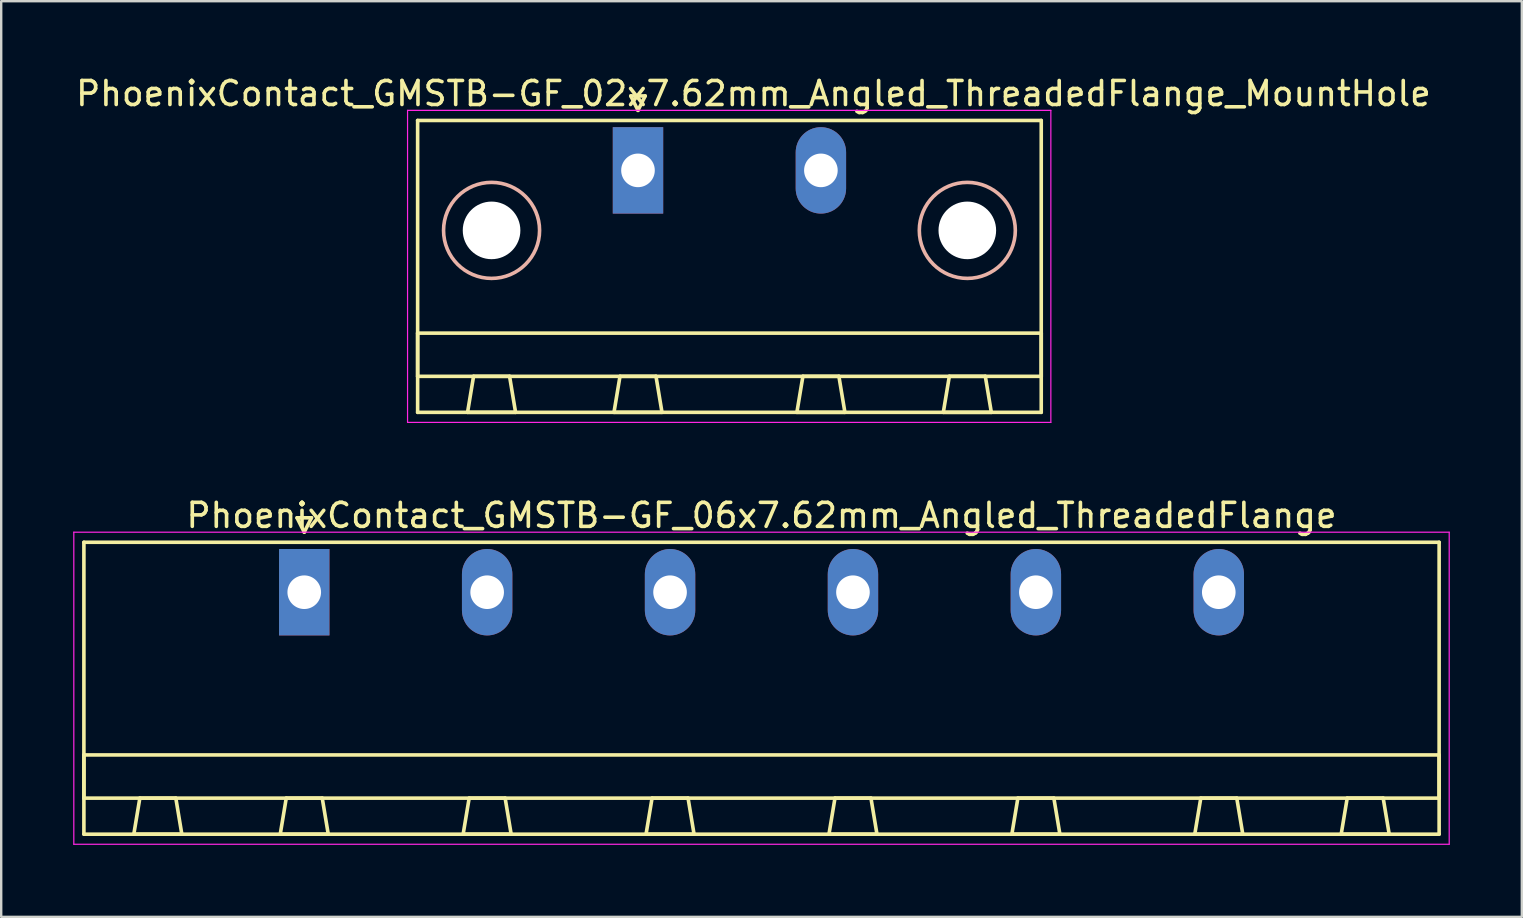
<source format=kicad_pcb>
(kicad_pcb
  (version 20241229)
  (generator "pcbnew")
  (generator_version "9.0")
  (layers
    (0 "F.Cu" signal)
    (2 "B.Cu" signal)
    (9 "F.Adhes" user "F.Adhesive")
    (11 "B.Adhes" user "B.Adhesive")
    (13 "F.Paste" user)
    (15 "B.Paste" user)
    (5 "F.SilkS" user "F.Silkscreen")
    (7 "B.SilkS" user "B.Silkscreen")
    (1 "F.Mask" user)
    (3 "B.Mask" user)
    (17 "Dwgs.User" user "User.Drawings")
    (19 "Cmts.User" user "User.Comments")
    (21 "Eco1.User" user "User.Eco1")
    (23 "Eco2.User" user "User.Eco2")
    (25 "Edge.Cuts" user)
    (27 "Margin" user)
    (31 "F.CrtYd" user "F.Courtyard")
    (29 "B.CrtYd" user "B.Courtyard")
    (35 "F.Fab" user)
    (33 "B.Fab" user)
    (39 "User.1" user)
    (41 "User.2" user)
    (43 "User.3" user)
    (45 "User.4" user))
  (footprint "PhoenixContact_GMSTB-GF_06x7.62mm_Angled_ThreadedFlange"
    (layer "F.Cu")
    (at 9.625 21.622)
    (property "Reference" "PhoenixContact_GMSTB-GF_06x7.62mm_Angled_ThreadedFlange" (at 19.05 -3.2 0) (layer "F.SilkS") (effects (font (size 1 1) (thickness 0.15))))
    (attr through_hole)
    (fp_line (start -9.18 -2.08) (end -9.18 10.08) (stroke (width 0.15) (type solid)) (layer "F.SilkS"))
    (fp_line (start -9.18 6.78) (end 47.28 6.78) (stroke (width 0.15) (type solid)) (layer "F.SilkS"))
    (fp_line (start -9.18 8.58) (end -9.18 6.78) (stroke (width 0.15) (type solid)) (layer "F.SilkS"))
    (fp_line (start -9.18 10.08) (end 47.28 10.08) (stroke (width 0.15) (type solid)) (layer "F.SilkS"))
    (fp_line (start -7.1 10.08) (end -5.1 10.08) (stroke (width 0.15) (type solid)) (layer "F.SilkS"))
    (fp_line (start -6.85 8.58) (end -7.1 10.08) (stroke (width 0.15) (type solid)) (layer "F.SilkS"))
    (fp_line (start -5.35 8.58) (end -6.85 8.58) (stroke (width 0.15) (type solid)) (layer "F.SilkS"))
    (fp_line (start -5.1 10.08) (end -5.35 8.58) (stroke (width 0.15) (type solid)) (layer "F.SilkS"))
    (fp_line (start -1 10.08) (end 1 10.08) (stroke (width 0.15) (type solid)) (layer "F.SilkS"))
    (fp_line (start -0.75 8.58) (end -1 10.08) (stroke (width 0.15) (type solid)) (layer "F.SilkS"))
    (fp_line (start -0.3 -3.1) (end 0 -2.5) (stroke (width 0.15) (type solid)) (layer "F.SilkS"))
    (fp_line (start 0 -2.5) (end 0.3 -3.1) (stroke (width 0.15) (type solid)) (layer "F.SilkS"))
    (fp_line (start 0.3 -3.1) (end -0.3 -3.1) (stroke (width 0.15) (type solid)) (layer "F.SilkS"))
    (fp_line (start 0.75 8.58) (end -0.75 8.58) (stroke (width 0.15) (type solid)) (layer "F.SilkS"))
    (fp_line (start 1 10.08) (end 0.75 8.58) (stroke (width 0.15) (type solid)) (layer "F.SilkS"))
    (fp_line (start 6.62 10.08) (end 8.62 10.08) (stroke (width 0.15) (type solid)) (layer "F.SilkS"))
    (fp_line (start 6.87 8.58) (end 6.62 10.08) (stroke (width 0.15) (type solid)) (layer "F.SilkS"))
    (fp_line (start 8.37 8.58) (end 6.87 8.58) (stroke (width 0.15) (type solid)) (layer "F.SilkS"))
    (fp_line (start 8.62 10.08) (end 8.37 8.58) (stroke (width 0.15) (type solid)) (layer "F.SilkS"))
    (fp_line (start 14.24 10.08) (end 16.24 10.08) (stroke (width 0.15) (type solid)) (layer "F.SilkS"))
    (fp_line (start 14.49 8.58) (end 14.24 10.08) (stroke (width 0.15) (type solid)) (layer "F.SilkS"))
    (fp_line (start 15.99 8.58) (end 14.49 8.58) (stroke (width 0.15) (type solid)) (layer "F.SilkS"))
    (fp_line (start 16.24 10.08) (end 15.99 8.58) (stroke (width 0.15) (type solid)) (layer "F.SilkS"))
    (fp_line (start 21.86 10.08) (end 23.86 10.08) (stroke (width 0.15) (type solid)) (layer "F.SilkS"))
    (fp_line (start 22.11 8.58) (end 21.86 10.08) (stroke (width 0.15) (type solid)) (layer "F.SilkS"))
    (fp_line (start 23.61 8.58) (end 22.11 8.58) (stroke (width 0.15) (type solid)) (layer "F.SilkS"))
    (fp_line (start 23.86 10.08) (end 23.61 8.58) (stroke (width 0.15) (type solid)) (layer "F.SilkS"))
    (fp_line (start 29.48 10.08) (end 31.48 10.08) (stroke (width 0.15) (type solid)) (layer "F.SilkS"))
    (fp_line (start 29.73 8.58) (end 29.48 10.08) (stroke (width 0.15) (type solid)) (layer "F.SilkS"))
    (fp_line (start 31.23 8.58) (end 29.73 8.58) (stroke (width 0.15) (type solid)) (layer "F.SilkS"))
    (fp_line (start 31.48 10.08) (end 31.23 8.58) (stroke (width 0.15) (type solid)) (layer "F.SilkS"))
    (fp_line (start 37.1 10.08) (end 39.1 10.08) (stroke (width 0.15) (type solid)) (layer "F.SilkS"))
    (fp_line (start 37.35 8.58) (end 37.1 10.08) (stroke (width 0.15) (type solid)) (layer "F.SilkS"))
    (fp_line (start 38.85 8.58) (end 37.35 8.58) (stroke (width 0.15) (type solid)) (layer "F.SilkS"))
    (fp_line (start 39.1 10.08) (end 38.85 8.58) (stroke (width 0.15) (type solid)) (layer "F.SilkS"))
    (fp_line (start 43.2 10.08) (end 45.2 10.08) (stroke (width 0.15) (type solid)) (layer "F.SilkS"))
    (fp_line (start 43.45 8.58) (end 43.2 10.08) (stroke (width 0.15) (type solid)) (layer "F.SilkS"))
    (fp_line (start 44.95 8.58) (end 43.45 8.58) (stroke (width 0.15) (type solid)) (layer "F.SilkS"))
    (fp_line (start 45.2 10.08) (end 44.95 8.58) (stroke (width 0.15) (type solid)) (layer "F.SilkS"))
    (fp_line (start 47.28 -2.08) (end -9.18 -2.08) (stroke (width 0.15) (type solid)) (layer "F.SilkS"))
    (fp_line (start 47.28 6.78) (end 47.28 8.58) (stroke (width 0.15) (type solid)) (layer "F.SilkS"))
    (fp_line (start 47.28 8.58) (end -9.18 8.58) (stroke (width 0.15) (type solid)) (layer "F.SilkS"))
    (fp_line (start 47.28 10.08) (end 47.28 -2.08) (stroke (width 0.15) (type solid)) (layer "F.SilkS"))
    (fp_line (start -9.6 -2.5) (end -9.6 10.5) (stroke (width 0.05) (type solid)) (layer "F.CrtYd"))
    (fp_line (start -9.6 10.5) (end 47.7 10.5) (stroke (width 0.05) (type solid)) (layer "F.CrtYd"))
    (fp_line (start 47.7 -2.5) (end -9.6 -2.5) (stroke (width 0.05) (type solid)) (layer "F.CrtYd"))
    (fp_line (start 47.7 10.5) (end 47.7 -2.5) (stroke (width 0.05) (type solid)) (layer "F.CrtYd"))
    (pad "1" thru_hole rect (at 0 0) (size 2.1 3.6) (drill 1.4) (layers "*.Cu" "*.Mask"))
    (pad "2" thru_hole oval (at 7.62 0) (size 2.1 3.6) (drill 1.4) (layers "*.Cu" "*.Mask"))
    (pad "3" thru_hole oval (at 15.24 0) (size 2.1 3.6) (drill 1.4) (layers "*.Cu" "*.Mask"))
    (pad "4" thru_hole oval (at 22.86 0) (size 2.1 3.6) (drill 1.4) (layers "*.Cu" "*.Mask"))
    (pad "5" thru_hole oval (at 30.48 0) (size 2.1 3.6) (drill 1.4) (layers "*.Cu" "*.Mask"))
    (pad "6" thru_hole oval (at 38.1 0) (size 2.1 3.6) (drill 1.4) (layers "*.Cu" "*.Mask")))
  (footprint "PhoenixContact_GMSTB-GF_02x7.62mm_Angled_ThreadedFlange_MountHole"
    (layer "F.Cu")
    (at 23.529 4.048)
    (property "Reference" "PhoenixContact_GMSTB-GF_02x7.62mm_Angled_ThreadedFlange_MountHole" (at 4.81 -3.2 0) (layer "F.SilkS") (effects (font (size 1 1) (thickness 0.15))))
    (attr through_hole)
    (fp_line (start -9.18 -2.08) (end -9.18 10.08) (stroke (width 0.15) (type solid)) (layer "F.SilkS"))
    (fp_line (start -9.18 6.78) (end 16.8 6.78) (stroke (width 0.15) (type solid)) (layer "F.SilkS"))
    (fp_line (start -9.18 8.58) (end -9.18 6.78) (stroke (width 0.15) (type solid)) (layer "F.SilkS"))
    (fp_line (start -9.18 10.08) (end 16.8 10.08) (stroke (width 0.15) (type solid)) (layer "F.SilkS"))
    (fp_line (start -7.1 10.08) (end -5.1 10.08) (stroke (width 0.15) (type solid)) (layer "F.SilkS"))
    (fp_line (start -6.85 8.58) (end -7.1 10.08) (stroke (width 0.15) (type solid)) (layer "F.SilkS"))
    (fp_line (start -5.35 8.58) (end -6.85 8.58) (stroke (width 0.15) (type solid)) (layer "F.SilkS"))
    (fp_line (start -5.1 10.08) (end -5.35 8.58) (stroke (width 0.15) (type solid)) (layer "F.SilkS"))
    (fp_line (start -1 10.08) (end 1 10.08) (stroke (width 0.15) (type solid)) (layer "F.SilkS"))
    (fp_line (start -0.75 8.58) (end -1 10.08) (stroke (width 0.15) (type solid)) (layer "F.SilkS"))
    (fp_line (start -0.3 -3.1) (end 0 -2.5) (stroke (width 0.15) (type solid)) (layer "F.SilkS"))
    (fp_line (start 0 -2.5) (end 0.3 -3.1) (stroke (width 0.15) (type solid)) (layer "F.SilkS"))
    (fp_line (start 0.3 -3.1) (end -0.3 -3.1) (stroke (width 0.15) (type solid)) (layer "F.SilkS"))
    (fp_line (start 0.75 8.58) (end -0.75 8.58) (stroke (width 0.15) (type solid)) (layer "F.SilkS"))
    (fp_line (start 1 10.08) (end 0.75 8.58) (stroke (width 0.15) (type solid)) (layer "F.SilkS"))
    (fp_line (start 6.62 10.08) (end 8.62 10.08) (stroke (width 0.15) (type solid)) (layer "F.SilkS"))
    (fp_line (start 6.87 8.58) (end 6.62 10.08) (stroke (width 0.15) (type solid)) (layer "F.SilkS"))
    (fp_line (start 8.37 8.58) (end 6.87 8.58) (stroke (width 0.15) (type solid)) (layer "F.SilkS"))
    (fp_line (start 8.62 10.08) (end 8.37 8.58) (stroke (width 0.15) (type solid)) (layer "F.SilkS"))
    (fp_line (start 12.72 10.08) (end 14.72 10.08) (stroke (width 0.15) (type solid)) (layer "F.SilkS"))
    (fp_line (start 12.97 8.58) (end 12.72 10.08) (stroke (width 0.15) (type solid)) (layer "F.SilkS"))
    (fp_line (start 14.47 8.58) (end 12.97 8.58) (stroke (width 0.15) (type solid)) (layer "F.SilkS"))
    (fp_line (start 14.72 10.08) (end 14.47 8.58) (stroke (width 0.15) (type solid)) (layer "F.SilkS"))
    (fp_line (start 16.8 -2.08) (end -9.18 -2.08) (stroke (width 0.15) (type solid)) (layer "F.SilkS"))
    (fp_line (start 16.8 6.78) (end 16.8 8.58) (stroke (width 0.15) (type solid)) (layer "F.SilkS"))
    (fp_line (start 16.8 8.58) (end -9.18 8.58) (stroke (width 0.15) (type solid)) (layer "F.SilkS"))
    (fp_line (start 16.8 10.08) (end 16.8 -2.08) (stroke (width 0.15) (type solid)) (layer "F.SilkS"))
    (fp_circle (center -6.1 2.5) (end -4.1 2.5) (stroke (width 0.15) (type solid)) (fill no) (layer "B.SilkS"))
    (fp_circle (center 13.72 2.5) (end 15.72 2.5) (stroke (width 0.15) (type solid)) (fill no) (layer "B.SilkS"))
    (fp_line (start -9.6 -2.5) (end -9.6 10.5) (stroke (width 0.05) (type solid)) (layer "F.CrtYd"))
    (fp_line (start -9.6 10.5) (end 17.2 10.5) (stroke (width 0.05) (type solid)) (layer "F.CrtYd"))
    (fp_line (start 17.2 -2.5) (end -9.6 -2.5) (stroke (width 0.05) (type solid)) (layer "F.CrtYd"))
    (fp_line (start 17.2 10.5) (end 17.2 -2.5) (stroke (width 0.05) (type solid)) (layer "F.CrtYd"))
    (pad "" np_thru_hole circle (at -6.1 2.5) (size 2.4 2.4) (drill 2.4) (layers "*.Cu" "*.Mask"))
    (pad "" np_thru_hole circle (at 13.72 2.5) (size 2.4 2.4) (drill 2.4) (layers "*.Cu" "*.Mask"))
    (pad "1" thru_hole rect (at 0 0) (size 2.1 3.6) (drill 1.4) (layers "*.Cu" "*.Mask"))
    (pad "2" thru_hole oval (at 7.62 0) (size 2.1 3.6) (drill 1.4) (layers "*.Cu" "*.Mask")))
  (gr_rect
    (start -3 -3)
    (end 60.35 35.147)
    (stroke (width 0.1) (type default))
    (fill no)
    (layer "Edge.Cuts")))
</source>
